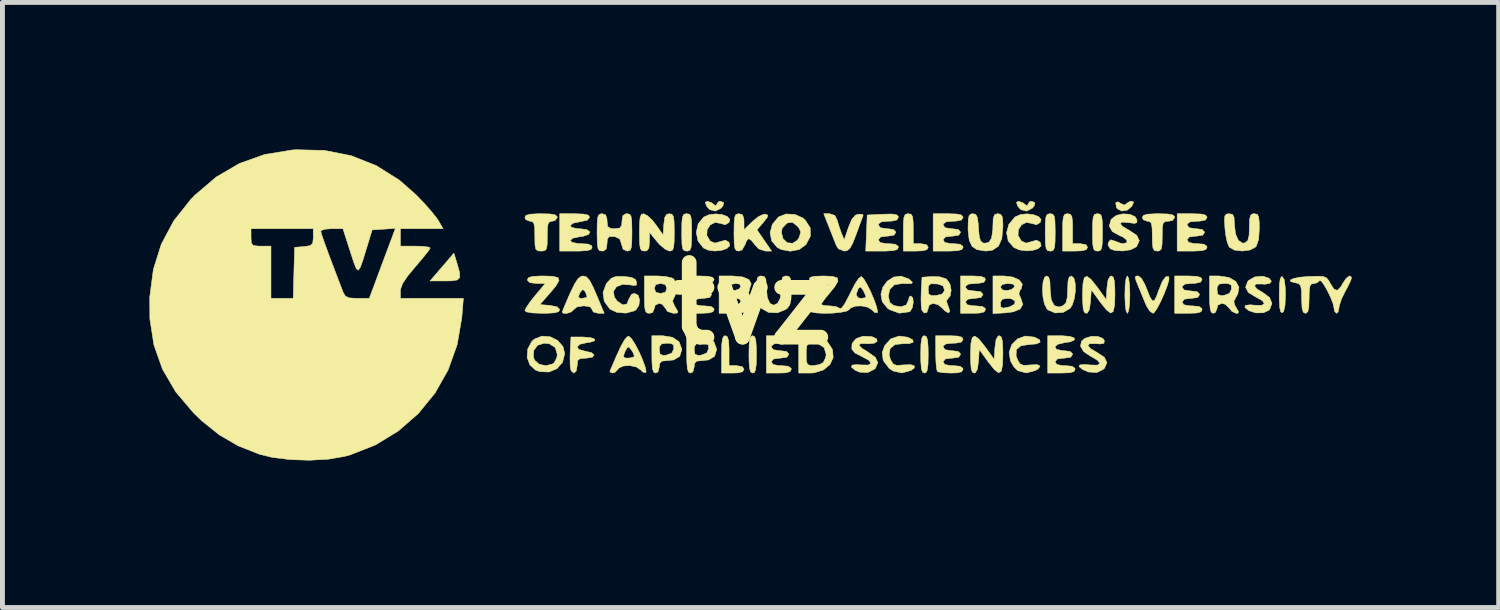
<source format=kicad_pcb>
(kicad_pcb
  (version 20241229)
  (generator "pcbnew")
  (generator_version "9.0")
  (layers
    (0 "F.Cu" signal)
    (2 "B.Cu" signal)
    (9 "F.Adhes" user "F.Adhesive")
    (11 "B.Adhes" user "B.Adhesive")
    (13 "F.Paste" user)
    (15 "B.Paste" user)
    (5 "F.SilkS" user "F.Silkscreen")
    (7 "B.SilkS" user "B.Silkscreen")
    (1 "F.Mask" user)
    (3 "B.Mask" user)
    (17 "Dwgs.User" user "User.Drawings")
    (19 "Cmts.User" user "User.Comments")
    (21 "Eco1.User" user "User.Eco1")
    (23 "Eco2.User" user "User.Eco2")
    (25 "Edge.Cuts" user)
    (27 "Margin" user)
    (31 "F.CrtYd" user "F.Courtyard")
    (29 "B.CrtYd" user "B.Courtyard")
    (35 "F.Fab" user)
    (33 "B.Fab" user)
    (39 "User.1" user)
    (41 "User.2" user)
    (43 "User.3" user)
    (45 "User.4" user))
  (footprint "tvz"
    (layer "F.Cu")
    (at 12.283 3.14)
    (property "Reference" "tvz" (at 0 0 0) (layer "F.SilkS") (effects (font (size 1.524 1.524) (thickness 0.3))))
    (attr through_hole)
    (fp_poly (pts (xy -6.011 -0.829) (xy -5.958 -0.642) (xy -5.951 -0.531) (xy -6.002 -0.477) (xy -6.124 -0.459) (xy -6.251 -0.457) (xy -6.559 -0.457) (xy -6.071 -1.024) (xy -6.011 -0.829)) (stroke (width 0.01) (type solid)) (fill yes) (layer "F.SilkS"))
    (fp_poly (pts (xy 7.797 -2.068) (xy 7.776 -2.007) (xy 7.761 -1.981) (xy 7.669 -1.902) (xy 7.558 -1.884) (xy 7.468 -1.928) (xy 7.446 -1.963) (xy 7.433 -2.055) (xy 7.481 -2.072) (xy 7.538 -2.037) (xy 7.615 -2.005) (xy 7.644 -2.03) (xy 7.719 -2.079) (xy 7.75 -2.083) (xy 7.797 -2.068)) (stroke (width 0.01) (type solid)) (fill yes) (layer "F.SilkS"))
    (fp_poly (pts (xy 10.833 -0.546) (xy 10.873 -0.481) (xy 10.893 -0.318) (xy 10.897 -0.178) (xy 10.887 0.043) (xy 10.859 0.164) (xy 10.833 0.191) (xy 10.799 0.173) (xy 10.779 0.086) (xy 10.77 -0.086) (xy 10.77 -0.178) (xy 10.774 -0.385) (xy 10.79 -0.504) (xy 10.818 -0.547) (xy 10.833 -0.546)) (stroke (width 0.01) (type solid)) (fill yes) (layer "F.SilkS"))
    (fp_poly (pts (xy -0.566 -2.056) (xy -0.582 -1.986) (xy -0.62 -1.941) (xy -0.736 -1.883) (xy -0.853 -1.912) (xy -0.914 -1.981) (xy -0.943 -2.06) (xy -0.904 -2.083) (xy -0.901 -2.083) (xy -0.807 -2.05) (xy -0.772 -2.022) (xy -0.722 -1.986) (xy -0.711 -2.022) (xy -0.67 -2.076) (xy -0.635 -2.083) (xy -0.566 -2.056)) (stroke (width 0.01) (type solid)) (fill yes) (layer "F.SilkS"))
    (fp_poly (pts (xy 5.784 -2.056) (xy 5.768 -1.986) (xy 5.73 -1.941) (xy 5.614 -1.883) (xy 5.497 -1.912) (xy 5.436 -1.981) (xy 5.407 -2.06) (xy 5.446 -2.083) (xy 5.449 -2.083) (xy 5.543 -2.05) (xy 5.578 -2.022) (xy 5.628 -1.986) (xy 5.639 -2.022) (xy 5.68 -2.076) (xy 5.715 -2.083) (xy 5.784 -2.056)) (stroke (width 0.01) (type solid)) (fill yes) (layer "F.SilkS"))
    (fp_poly (pts (xy 0.066 0.68) (xy 0.089 0.752) (xy 0.1 0.895) (xy 0.102 1.041) (xy 0.098 1.242) (xy 0.083 1.36) (xy 0.055 1.414) (xy 0.025 1.422) (xy -0.015 1.402) (xy -0.038 1.33) (xy -0.049 1.188) (xy -0.051 1.041) (xy -0.047 0.84) (xy -0.032 0.722) (xy -0.004 0.669) (xy 0.025 0.66) (xy 0.066 0.68)) (stroke (width 0.01) (type solid)) (fill yes) (layer "F.SilkS"))
    (fp_poly (pts (xy 3.571 0.68) (xy 3.594 0.752) (xy 3.605 0.895) (xy 3.607 1.041) (xy 3.603 1.242) (xy 3.588 1.36) (xy 3.56 1.414) (xy 3.531 1.422) (xy 3.49 1.402) (xy 3.467 1.33) (xy 3.456 1.188) (xy 3.454 1.041) (xy 3.458 0.84) (xy 3.473 0.722) (xy 3.501 0.669) (xy 3.531 0.66) (xy 3.571 0.68)) (stroke (width 0.01) (type solid)) (fill yes) (layer "F.SilkS"))
    (fp_poly (pts (xy 7.696 -0.512) (xy 7.714 -0.384) (xy 7.722 -0.196) (xy 7.722 -0.178) (xy 7.715 0.014) (xy 7.698 0.148) (xy 7.673 0.203) (xy 7.671 0.203) (xy 7.645 0.156) (xy 7.627 0.028) (xy 7.62 -0.16) (xy 7.62 -0.178) (xy 7.626 -0.37) (xy 7.643 -0.504) (xy 7.668 -0.558) (xy 7.671 -0.559) (xy 7.696 -0.512)) (stroke (width 0.01) (type solid)) (fill yes) (layer "F.SilkS"))
    (fp_poly (pts (xy -0.489 0.684) (xy -0.465 0.767) (xy -0.457 0.928) (xy -0.457 0.965) (xy -0.457 1.27) (xy -0.305 1.27) (xy -0.184 1.293) (xy -0.152 1.346) (xy -0.182 1.396) (xy -0.284 1.419) (xy -0.381 1.422) (xy -0.61 1.422) (xy -0.61 1.041) (xy -0.606 0.84) (xy -0.591 0.722) (xy -0.563 0.669) (xy -0.533 0.66) (xy -0.489 0.684)) (stroke (width 0.01) (type solid)) (fill yes) (layer "F.SilkS"))
    (fp_poly (pts (xy 3.257 -1.818) (xy 3.288 -1.769) (xy 3.3 -1.659) (xy 3.302 -1.524) (xy 3.302 -1.219) (xy 3.454 -1.219) (xy 3.575 -1.196) (xy 3.607 -1.143) (xy 3.58 -1.095) (xy 3.485 -1.072) (xy 3.353 -1.067) (xy 3.099 -1.067) (xy 3.099 -1.448) (xy 3.101 -1.643) (xy 3.112 -1.757) (xy 3.137 -1.812) (xy 3.182 -1.828) (xy 3.2 -1.829) (xy 3.257 -1.818)) (stroke (width 0.01) (type solid)) (fill yes) (layer "F.SilkS"))
    (fp_poly (pts (xy 6.508 -1.818) (xy 6.539 -1.769) (xy 6.551 -1.659) (xy 6.553 -1.524) (xy 6.553 -1.219) (xy 6.706 -1.219) (xy 6.827 -1.196) (xy 6.858 -1.143) (xy 6.831 -1.095) (xy 6.737 -1.072) (xy 6.604 -1.067) (xy 6.35 -1.067) (xy 6.35 -1.448) (xy 6.352 -1.643) (xy 6.363 -1.757) (xy 6.388 -1.812) (xy 6.433 -1.828) (xy 6.452 -1.829) (xy 6.508 -1.818)) (stroke (width 0.01) (type solid)) (fill yes) (layer "F.SilkS"))
    (fp_poly (pts (xy -1.269 -1.82) (xy -1.238 -1.779) (xy -1.224 -1.685) (xy -1.219 -1.516) (xy -1.219 -1.448) (xy -1.222 -1.253) (xy -1.233 -1.139) (xy -1.258 -1.084) (xy -1.303 -1.067) (xy -1.321 -1.067) (xy -1.373 -1.076) (xy -1.403 -1.117) (xy -1.418 -1.211) (xy -1.422 -1.379) (xy -1.422 -1.448) (xy -1.42 -1.643) (xy -1.409 -1.757) (xy -1.384 -1.812) (xy -1.339 -1.828) (xy -1.321 -1.829) (xy -1.269 -1.82)) (stroke (width 0.01) (type solid)) (fill yes) (layer "F.SilkS"))
    (fp_poly (pts (xy 6.148 -1.82) (xy 6.178 -1.779) (xy 6.193 -1.685) (xy 6.197 -1.516) (xy 6.198 -1.448) (xy 6.195 -1.253) (xy 6.184 -1.139) (xy 6.159 -1.084) (xy 6.114 -1.067) (xy 6.096 -1.067) (xy 6.044 -1.076) (xy 6.014 -1.117) (xy 5.999 -1.211) (xy 5.995 -1.379) (xy 5.994 -1.448) (xy 5.997 -1.643) (xy 6.008 -1.757) (xy 6.033 -1.812) (xy 6.078 -1.828) (xy 6.096 -1.829) (xy 6.148 -1.82)) (stroke (width 0.01) (type solid)) (fill yes) (layer "F.SilkS"))
    (fp_poly (pts (xy 7.113 -1.82) (xy 7.144 -1.779) (xy 7.158 -1.685) (xy 7.163 -1.516) (xy 7.163 -1.448) (xy 7.16 -1.253) (xy 7.149 -1.139) (xy 7.124 -1.084) (xy 7.079 -1.067) (xy 7.061 -1.067) (xy 7.009 -1.076) (xy 6.979 -1.117) (xy 6.964 -1.211) (xy 6.96 -1.379) (xy 6.96 -1.448) (xy 6.962 -1.643) (xy 6.973 -1.757) (xy 6.998 -1.812) (xy 7.043 -1.828) (xy 7.061 -1.829) (xy 7.113 -1.82)) (stroke (width 0.01) (type solid)) (fill yes) (layer "F.SilkS"))
    (fp_poly (pts (xy 3.191 0.691) (xy 3.292 0.745) (xy 3.301 0.792) (xy 3.224 0.821) (xy 3.101 0.822) (xy 2.929 0.84) (xy 2.829 0.923) (xy 2.81 1.057) (xy 2.841 1.156) (xy 2.892 1.237) (xy 2.966 1.266) (xy 3.1 1.256) (xy 3.101 1.256) (xy 3.248 1.25) (xy 3.325 1.275) (xy 3.32 1.323) (xy 3.256 1.369) (xy 3.069 1.42) (xy 2.89 1.38) (xy 2.808 1.323) (xy 2.689 1.166) (xy 2.668 1.002) (xy 2.716 0.867) (xy 2.84 0.726) (xy 3.012 0.667) (xy 3.191 0.691)) (stroke (width 0.01) (type solid)) (fill yes) (layer "F.SilkS"))
    (fp_poly (pts (xy 1.702 -1.794) (xy 1.747 -1.704) (xy 1.791 -1.56) (xy 1.835 -1.437) (xy 1.892 -1.295) (xy 1.979 -1.549) (xy 2.046 -1.712) (xy 2.117 -1.796) (xy 2.181 -1.82) (xy 2.263 -1.818) (xy 2.279 -1.793) (xy 2.254 -1.726) (xy 2.204 -1.592) (xy 2.141 -1.418) (xy 2.137 -1.408) (xy 2.066 -1.226) (xy 2.009 -1.122) (xy 1.951 -1.076) (xy 1.894 -1.067) (xy 1.777 -1.111) (xy 1.731 -1.181) (xy 1.687 -1.293) (xy 1.623 -1.455) (xy 1.581 -1.562) (xy 1.475 -1.829) (xy 1.595 -1.829) (xy 1.702 -1.794)) (stroke (width 0.01) (type solid)) (fill yes) (layer "F.SilkS"))
    (fp_poly (pts (xy 5.775 0.689) (xy 5.881 0.744) (xy 5.891 0.793) (xy 5.812 0.828) (xy 5.682 0.838) (xy 5.501 0.864) (xy 5.406 0.941) (xy 5.4 1.068) (xy 5.427 1.145) (xy 5.479 1.233) (xy 5.551 1.265) (xy 5.68 1.257) (xy 5.691 1.256) (xy 5.832 1.25) (xy 5.889 1.278) (xy 5.856 1.331) (xy 5.795 1.37) (xy 5.61 1.419) (xy 5.434 1.374) (xy 5.43 1.371) (xy 5.352 1.292) (xy 5.285 1.173) (xy 5.258 0.996) (xy 5.313 0.84) (xy 5.43 0.724) (xy 5.591 0.667) (xy 5.775 0.689)) (stroke (width 0.01) (type solid)) (fill yes) (layer "F.SilkS"))
    (fp_poly (pts (xy -3.285 0.698) (xy -3.202 0.727) (xy -3.2 0.763) (xy -3.287 0.793) (xy -3.365 0.803) (xy -3.503 0.835) (xy -3.556 0.887) (xy -3.523 0.94) (xy -3.4 0.974) (xy -3.395 0.975) (xy -3.262 1.006) (xy -3.211 1.054) (xy -3.246 1.098) (xy -3.369 1.118) (xy -3.374 1.118) (xy -3.495 1.126) (xy -3.546 1.167) (xy -3.556 1.266) (xy -3.556 1.27) (xy -3.576 1.382) (xy -3.622 1.423) (xy -3.675 1.381) (xy -3.687 1.353) (xy -3.699 1.267) (xy -3.702 1.117) (xy -3.698 0.985) (xy -3.683 0.686) (xy -3.442 0.686) (xy -3.285 0.698)) (stroke (width 0.01) (type solid)) (fill yes) (layer "F.SilkS"))
    (fp_poly (pts (xy -4.048 -0.552) (xy -3.945 -0.524) (xy -3.927 -0.463) (xy -3.991 -0.354) (xy -4.117 -0.203) (xy -4.318 0.025) (xy -4.115 0.041) (xy -3.965 0.07) (xy -3.912 0.126) (xy -3.912 0.13) (xy -3.935 0.17) (xy -4.017 0.193) (xy -4.176 0.202) (xy -4.267 0.203) (xy -4.473 0.195) (xy -4.594 0.173) (xy -4.623 0.147) (xy -4.592 0.081) (xy -4.513 -0.035) (xy -4.415 -0.158) (xy -4.207 -0.406) (xy -4.389 -0.406) (xy -4.523 -0.422) (xy -4.571 -0.472) (xy -4.572 -0.483) (xy -4.55 -0.525) (xy -4.471 -0.549) (xy -4.317 -0.558) (xy -4.242 -0.559) (xy -4.048 -0.552)) (stroke (width 0.01) (type solid)) (fill yes) (layer "F.SilkS"))
    (fp_poly (pts (xy -0.596 -1.811) (xy -0.491 -1.771) (xy -0.44 -1.713) (xy -0.459 -1.649) (xy -0.537 -1.604) (xy -0.615 -1.628) (xy -0.739 -1.652) (xy -0.841 -1.601) (xy -0.904 -1.503) (xy -0.91 -1.385) (xy -0.844 -1.275) (xy -0.837 -1.269) (xy -0.744 -1.23) (xy -0.637 -1.26) (xy -0.531 -1.289) (xy -0.46 -1.248) (xy -0.458 -1.245) (xy -0.442 -1.176) (xy -0.503 -1.119) (xy -0.613 -1.081) (xy -0.748 -1.068) (xy -0.881 -1.085) (xy -0.979 -1.13) (xy -1.09 -1.272) (xy -1.126 -1.447) (xy -1.087 -1.622) (xy -0.977 -1.759) (xy -0.864 -1.81) (xy -0.728 -1.825) (xy -0.596 -1.811)) (stroke (width 0.01) (type solid)) (fill yes) (layer "F.SilkS"))
    (fp_poly (pts (xy 6.58 -0.515) (xy 6.607 -0.403) (xy 6.61 -0.254) (xy 6.588 -0.097) (xy 6.545 0.037) (xy 6.502 0.102) (xy 6.361 0.184) (xy 6.198 0.196) (xy 6.055 0.136) (xy 6.028 0.11) (xy 5.978 0.011) (xy 5.948 -0.133) (xy 5.939 -0.293) (xy 5.95 -0.437) (xy 5.983 -0.534) (xy 6.02 -0.559) (xy 6.066 -0.534) (xy 6.09 -0.445) (xy 6.096 -0.282) (xy 6.117 -0.073) (xy 6.179 0.046) (xy 6.28 0.074) (xy 6.361 0.045) (xy 6.417 -0.012) (xy 6.445 -0.121) (xy 6.452 -0.281) (xy 6.459 -0.449) (xy 6.483 -0.535) (xy 6.528 -0.559) (xy 6.58 -0.515)) (stroke (width 0.01) (type solid)) (fill yes) (layer "F.SilkS"))
    (fp_poly (pts (xy 7.953 -0.515) (xy 8.02 -0.403) (xy 8.056 -0.318) (xy 8.127 -0.138) (xy 8.179 -0.053) (xy 8.223 -0.058) (xy 8.27 -0.153) (xy 8.304 -0.249) (xy 8.382 -0.445) (xy 8.453 -0.544) (xy 8.514 -0.545) (xy 8.518 -0.541) (xy 8.519 -0.478) (xy 8.483 -0.355) (xy 8.422 -0.198) (xy 8.35 -0.036) (xy 8.278 0.101) (xy 8.218 0.188) (xy 8.194 0.203) (xy 8.13 0.161) (xy 8.062 0.055) (xy 8.049 0.025) (xy 7.976 -0.15) (xy 7.902 -0.331) (xy 7.899 -0.336) (xy 7.845 -0.471) (xy 7.829 -0.536) (xy 7.851 -0.557) (xy 7.895 -0.559) (xy 7.953 -0.515)) (stroke (width 0.01) (type solid)) (fill yes) (layer "F.SilkS"))
    (fp_poly (pts (xy 8.491 -1.824) (xy 8.594 -1.806) (xy 8.634 -1.77) (xy 8.636 -1.753) (xy 8.592 -1.691) (xy 8.509 -1.676) (xy 8.439 -1.67) (xy 8.401 -1.635) (xy 8.385 -1.547) (xy 8.382 -1.382) (xy 8.382 -1.372) (xy 8.378 -1.201) (xy 8.362 -1.109) (xy 8.325 -1.072) (xy 8.28 -1.067) (xy 8.224 -1.078) (xy 8.193 -1.127) (xy 8.181 -1.237) (xy 8.179 -1.372) (xy 8.175 -1.542) (xy 8.159 -1.634) (xy 8.122 -1.671) (xy 8.077 -1.676) (xy 7.994 -1.708) (xy 7.976 -1.753) (xy 7.998 -1.795) (xy 8.076 -1.819) (xy 8.231 -1.828) (xy 8.306 -1.829) (xy 8.491 -1.824)) (stroke (width 0.01) (type solid)) (fill yes) (layer "F.SilkS"))
    (fp_poly (pts (xy -4.107 -1.824) (xy -4.004 -1.806) (xy -3.965 -1.77) (xy -3.962 -1.753) (xy -4.005 -1.691) (xy -4.064 -1.676) (xy -4.121 -1.665) (xy -4.151 -1.616) (xy -4.164 -1.507) (xy -4.166 -1.372) (xy -4.168 -1.203) (xy -4.183 -1.111) (xy -4.22 -1.074) (xy -4.288 -1.067) (xy -4.293 -1.067) (xy -4.363 -1.073) (xy -4.401 -1.109) (xy -4.417 -1.196) (xy -4.42 -1.361) (xy -4.42 -1.372) (xy -4.423 -1.542) (xy -4.44 -1.634) (xy -4.476 -1.671) (xy -4.521 -1.676) (xy -4.604 -1.708) (xy -4.623 -1.753) (xy -4.601 -1.795) (xy -4.522 -1.819) (xy -4.368 -1.828) (xy -4.293 -1.829) (xy -4.107 -1.824)) (stroke (width 0.01) (type solid)) (fill yes) (layer "F.SilkS"))
    (fp_poly (pts (xy 1.375 0.678) (xy 1.502 0.741) (xy 1.552 0.785) (xy 1.654 0.943) (xy 1.668 1.104) (xy 1.602 1.249) (xy 1.468 1.359) (xy 1.276 1.418) (xy 1.196 1.422) (xy 0.965 1.422) (xy 0.965 1.041) (xy 1.118 1.041) (xy 1.122 1.182) (xy 1.148 1.249) (xy 1.211 1.269) (xy 1.26 1.27) (xy 1.387 1.249) (xy 1.463 1.209) (xy 1.514 1.11) (xy 1.524 1.041) (xy 1.483 0.902) (xy 1.365 0.826) (xy 1.26 0.813) (xy 1.172 0.82) (xy 1.131 0.861) (xy 1.118 0.964) (xy 1.118 1.041) (xy 0.965 1.041) (xy 0.965 0.66) (xy 1.196 0.66) (xy 1.375 0.678)) (stroke (width 0.01) (type solid)) (fill yes) (layer "F.SilkS"))
    (fp_poly (pts (xy 3.208 -0.499) (xy 3.229 -0.484) (xy 3.286 -0.43) (xy 3.266 -0.404) (xy 3.16 -0.401) (xy 3.084 -0.405) (xy 2.917 -0.38) (xy 2.82 -0.281) (xy 2.794 -0.145) (xy 2.823 -0.017) (xy 2.906 0.045) (xy 3.053 0.07) (xy 3.16 0.032) (xy 3.2 -0.057) (xy 3.223 -0.136) (xy 3.251 -0.152) (xy 3.293 -0.112) (xy 3.302 -0.018) (xy 3.283 0.087) (xy 3.239 0.162) (xy 3.222 0.172) (xy 3.017 0.2) (xy 2.821 0.13) (xy 2.775 0.098) (xy 2.668 -0.036) (xy 2.642 -0.186) (xy 2.681 -0.331) (xy 2.773 -0.454) (xy 2.901 -0.536) (xy 3.051 -0.557) (xy 3.208 -0.499)) (stroke (width 0.01) (type solid)) (fill yes) (layer "F.SilkS"))
    (fp_poly (pts (xy 5.096 0.683) (xy 5.119 0.761) (xy 5.129 0.914) (xy 5.131 1.041) (xy 5.123 1.263) (xy 5.096 1.387) (xy 5.042 1.416) (xy 4.957 1.352) (xy 4.835 1.199) (xy 4.822 1.181) (xy 4.648 0.94) (xy 4.633 1.181) (xy 4.611 1.343) (xy 4.568 1.416) (xy 4.544 1.422) (xy 4.505 1.4) (xy 4.482 1.321) (xy 4.472 1.169) (xy 4.47 1.041) (xy 4.478 0.82) (xy 4.506 0.696) (xy 4.559 0.667) (xy 4.644 0.731) (xy 4.766 0.884) (xy 4.779 0.902) (xy 4.953 1.143) (xy 4.968 0.902) (xy 4.991 0.74) (xy 5.033 0.667) (xy 5.057 0.66) (xy 5.096 0.683)) (stroke (width 0.01) (type solid)) (fill yes) (layer "F.SilkS"))
    (fp_poly (pts (xy 5.756 -1.81) (xy 5.86 -1.769) (xy 5.91 -1.71) (xy 5.891 -1.649) (xy 5.813 -1.604) (xy 5.735 -1.628) (xy 5.611 -1.652) (xy 5.509 -1.601) (xy 5.446 -1.503) (xy 5.44 -1.385) (xy 5.506 -1.275) (xy 5.513 -1.269) (xy 5.606 -1.23) (xy 5.713 -1.26) (xy 5.819 -1.289) (xy 5.89 -1.248) (xy 5.892 -1.245) (xy 5.911 -1.173) (xy 5.853 -1.117) (xy 5.743 -1.082) (xy 5.606 -1.071) (xy 5.466 -1.091) (xy 5.351 -1.142) (xy 5.239 -1.275) (xy 5.206 -1.441) (xy 5.252 -1.612) (xy 5.375 -1.76) (xy 5.38 -1.764) (xy 5.491 -1.813) (xy 5.625 -1.826) (xy 5.756 -1.81)) (stroke (width 0.01) (type solid)) (fill yes) (layer "F.SilkS"))
    (fp_poly (pts (xy 7.382 -0.536) (xy 7.405 -0.458) (xy 7.415 -0.305) (xy 7.417 -0.178) (xy 7.409 0.044) (xy 7.382 0.168) (xy 7.328 0.197) (xy 7.243 0.133) (xy 7.121 -0.02) (xy 7.108 -0.038) (xy 6.934 -0.279) (xy 6.919 -0.038) (xy 6.897 0.124) (xy 6.854 0.197) (xy 6.83 0.203) (xy 6.791 0.181) (xy 6.768 0.102) (xy 6.758 -0.05) (xy 6.756 -0.178) (xy 6.764 -0.4) (xy 6.792 -0.524) (xy 6.845 -0.552) (xy 6.93 -0.489) (xy 7.052 -0.335) (xy 7.065 -0.318) (xy 7.239 -0.076) (xy 7.254 -0.318) (xy 7.277 -0.48) (xy 7.319 -0.552) (xy 7.343 -0.559) (xy 7.382 -0.536)) (stroke (width 0.01) (type solid)) (fill yes) (layer "F.SilkS"))
    (fp_poly (pts (xy -4.108 0.681) (xy -3.955 0.756) (xy -3.846 0.881) (xy -3.81 1.022) (xy -3.854 1.202) (xy -3.969 1.333) (xy -4.132 1.401) (xy -4.319 1.393) (xy -4.404 1.362) (xy -4.523 1.254) (xy -4.577 1.1) (xy -4.577 1.099) (xy -4.448 1.099) (xy -4.423 1.162) (xy -4.329 1.244) (xy -4.193 1.271) (xy -4.062 1.238) (xy -4.023 1.209) (xy -3.972 1.11) (xy -3.962 1.041) (xy -4.003 0.902) (xy -4.121 0.826) (xy -4.228 0.813) (xy -4.363 0.855) (xy -4.442 0.96) (xy -4.448 1.099) (xy -4.577 1.099) (xy -4.565 0.931) (xy -4.484 0.78) (xy -4.431 0.73) (xy -4.276 0.668) (xy -4.108 0.681)) (stroke (width 0.01) (type solid)) (fill yes) (layer "F.SilkS"))
    (fp_poly (pts (xy -3.428 -1.822) (xy -3.332 -1.801) (xy -3.302 -1.759) (xy -3.302 -1.756) (xy -3.35 -1.697) (xy -3.489 -1.667) (xy -3.636 -1.637) (xy -3.697 -1.593) (xy -3.671 -1.55) (xy -3.554 -1.525) (xy -3.509 -1.524) (xy -3.36 -1.505) (xy -3.296 -1.459) (xy -3.321 -1.407) (xy -3.437 -1.368) (xy -3.489 -1.362) (xy -3.642 -1.332) (xy -3.699 -1.287) (xy -3.662 -1.245) (xy -3.531 -1.22) (xy -3.484 -1.219) (xy -3.332 -1.21) (xy -3.262 -1.177) (xy -3.251 -1.143) (xy -3.273 -1.1) (xy -3.352 -1.077) (xy -3.506 -1.067) (xy -3.581 -1.067) (xy -3.912 -1.067) (xy -3.912 -1.829) (xy -3.607 -1.829) (xy -3.428 -1.822)) (stroke (width 0.01) (type solid)) (fill yes) (layer "F.SilkS"))
    (fp_poly (pts (xy 6.499 0.674) (xy 6.587 0.708) (xy 6.589 0.749) (xy 6.5 0.786) (xy 6.384 0.803) (xy 6.245 0.836) (xy 6.192 0.888) (xy 6.225 0.938) (xy 6.346 0.965) (xy 6.375 0.965) (xy 6.507 0.982) (xy 6.553 1.034) (xy 6.553 1.041) (xy 6.515 1.098) (xy 6.392 1.117) (xy 6.375 1.118) (xy 6.244 1.134) (xy 6.198 1.187) (xy 6.198 1.194) (xy 6.231 1.247) (xy 6.342 1.269) (xy 6.401 1.27) (xy 6.542 1.283) (xy 6.6 1.324) (xy 6.604 1.346) (xy 6.579 1.392) (xy 6.491 1.416) (xy 6.325 1.422) (xy 6.045 1.422) (xy 6.045 0.66) (xy 6.329 0.66) (xy 6.499 0.674)) (stroke (width 0.01) (type solid)) (fill yes) (layer "F.SilkS"))
    (fp_poly (pts (xy 7.073 0.676) (xy 7.174 0.719) (xy 7.202 0.765) (xy 7.191 0.816) (xy 7.116 0.829) (xy 7.038 0.823) (xy 6.905 0.822) (xy 6.864 0.857) (xy 6.914 0.92) (xy 7.048 0.999) (xy 7.202 1.101) (xy 7.253 1.209) (xy 7.204 1.322) (xy 7.187 1.34) (xy 7.048 1.412) (xy 6.874 1.4) (xy 6.768 1.354) (xy 6.686 1.293) (xy 6.699 1.256) (xy 6.801 1.246) (xy 6.912 1.257) (xy 7.056 1.261) (xy 7.109 1.228) (xy 7.07 1.168) (xy 6.939 1.088) (xy 6.921 1.08) (xy 6.778 0.983) (xy 6.714 0.874) (xy 6.735 0.772) (xy 6.807 0.712) (xy 6.938 0.672) (xy 7.073 0.676)) (stroke (width 0.01) (type solid)) (fill yes) (layer "F.SilkS"))
    (fp_poly (pts (xy -2.598 -0.549) (xy -2.445 -0.529) (xy -2.367 -0.488) (xy -2.345 -0.438) (xy -2.347 -0.373) (xy -2.407 -0.364) (xy -2.463 -0.376) (xy -2.633 -0.387) (xy -2.755 -0.338) (xy -2.815 -0.245) (xy -2.798 -0.128) (xy -2.736 -0.044) (xy -2.625 0.031) (xy -2.542 0.013) (xy -2.498 -0.093) (xy -2.446 -0.185) (xy -2.384 -0.203) (xy -2.311 -0.164) (xy -2.282 -0.07) (xy -2.297 0.041) (xy -2.358 0.133) (xy -2.384 0.151) (xy -2.561 0.199) (xy -2.75 0.183) (xy -2.89 0.114) (xy -3.003 -0.039) (xy -3.029 -0.218) (xy -2.964 -0.396) (xy -2.945 -0.422) (xy -2.861 -0.511) (xy -2.767 -0.548) (xy -2.622 -0.55) (xy -2.598 -0.549)) (stroke (width 0.01) (type solid)) (fill yes) (layer "F.SilkS"))
    (fp_poly (pts (xy -1.61 0.693) (xy -1.476 0.785) (xy -1.423 0.929) (xy -1.422 0.946) (xy -1.463 1.08) (xy -1.585 1.154) (xy -1.712 1.168) (xy -1.828 1.179) (xy -1.873 1.227) (xy -1.88 1.295) (xy -1.906 1.398) (xy -1.956 1.422) (xy -1.996 1.402) (xy -2.02 1.33) (xy -2.03 1.188) (xy -2.032 1.041) (xy -2.032 0.943) (xy -1.88 0.943) (xy -1.865 1.036) (xy -1.8 1.062) (xy -1.74 1.057) (xy -1.625 1.015) (xy -1.584 0.927) (xy -1.588 0.847) (xy -1.65 0.816) (xy -1.724 0.813) (xy -1.834 0.826) (xy -1.875 0.881) (xy -1.88 0.943) (xy -2.032 0.943) (xy -2.032 0.66) (xy -1.811 0.66) (xy -1.61 0.693)) (stroke (width 0.01) (type solid)) (fill yes) (layer "F.SilkS"))
    (fp_poly (pts (xy -0.898 0.693) (xy -0.765 0.785) (xy -0.712 0.929) (xy -0.711 0.946) (xy -0.752 1.08) (xy -0.874 1.154) (xy -1.001 1.168) (xy -1.117 1.179) (xy -1.162 1.227) (xy -1.168 1.295) (xy -1.195 1.398) (xy -1.245 1.422) (xy -1.285 1.402) (xy -1.308 1.33) (xy -1.319 1.188) (xy -1.321 1.041) (xy -1.321 0.943) (xy -1.168 0.943) (xy -1.154 1.036) (xy -1.089 1.062) (xy -1.029 1.057) (xy -0.914 1.015) (xy -0.873 0.927) (xy -0.877 0.847) (xy -0.939 0.816) (xy -1.012 0.813) (xy -1.123 0.826) (xy -1.164 0.881) (xy -1.168 0.943) (xy -1.321 0.943) (xy -1.321 0.66) (xy -1.1 0.66) (xy -0.898 0.693)) (stroke (width 0.01) (type solid)) (fill yes) (layer "F.SilkS"))
    (fp_poly (pts (xy 0.888 -1.814) (xy 1.054 -1.739) (xy 1.095 -1.704) (xy 1.199 -1.542) (xy 1.203 -1.37) (xy 1.114 -1.201) (xy 0.975 -1.099) (xy 0.794 -1.064) (xy 0.609 -1.097) (xy 0.525 -1.142) (xy 0.413 -1.275) (xy 0.38 -1.441) (xy 0.385 -1.456) (xy 0.61 -1.456) (xy 0.645 -1.318) (xy 0.73 -1.238) (xy 0.838 -1.225) (xy 0.938 -1.288) (xy 0.975 -1.348) (xy 1.007 -1.455) (xy 0.968 -1.54) (xy 0.93 -1.582) (xy 0.838 -1.652) (xy 0.753 -1.646) (xy 0.717 -1.629) (xy 0.63 -1.536) (xy 0.61 -1.456) (xy 0.385 -1.456) (xy 0.426 -1.612) (xy 0.549 -1.76) (xy 0.554 -1.764) (xy 0.708 -1.824) (xy 0.888 -1.814)) (stroke (width 0.01) (type solid)) (fill yes) (layer "F.SilkS"))
    (fp_poly (pts (xy 10.56 -0.513) (xy 10.61 -0.453) (xy 10.576 -0.407) (xy 10.476 -0.39) (xy 10.416 -0.395) (xy 10.298 -0.395) (xy 10.265 -0.356) (xy 10.317 -0.291) (xy 10.439 -0.218) (xy 10.573 -0.119) (xy 10.621 0.000415) (xy 10.575 0.121) (xy 10.556 0.142) (xy 10.446 0.192) (xy 10.295 0.195) (xy 10.152 0.151) (xy 10.147 0.148) (xy 10.067 0.083) (xy 10.08 0.041) (xy 10.18 0.029) (xy 10.262 0.037) (xy 10.409 0.04) (xy 10.464 0.006) (xy 10.427 -0.054) (xy 10.294 -0.128) (xy 10.293 -0.128) (xy 10.14 -0.221) (xy 10.083 -0.328) (xy 10.125 -0.445) (xy 10.141 -0.465) (xy 10.269 -0.539) (xy 10.43 -0.555) (xy 10.56 -0.513)) (stroke (width 0.01) (type solid)) (fill yes) (layer "F.SilkS"))
    (fp_poly (pts (xy -0.181 -1.807) (xy -0.154 -1.722) (xy -0.152 -1.666) (xy -0.152 -1.504) (xy 0.02 -1.671) (xy 0.143 -1.77) (xy 0.251 -1.819) (xy 0.283 -1.821) (xy 0.333 -1.801) (xy 0.324 -1.756) (xy 0.251 -1.662) (xy 0.243 -1.652) (xy 0.113 -1.501) (xy 0.411 -1.067) (xy 0.283 -1.067) (xy 0.145 -1.114) (xy 0.072 -1.194) (xy -0.001 -1.284) (xy -0.056 -1.321) (xy -0.099 -1.278) (xy -0.132 -1.194) (xy -0.192 -1.09) (xy -0.26 -1.067) (xy -0.309 -1.077) (xy -0.338 -1.123) (xy -0.352 -1.224) (xy -0.356 -1.401) (xy -0.356 -1.448) (xy -0.353 -1.643) (xy -0.342 -1.757) (xy -0.317 -1.812) (xy -0.272 -1.828) (xy -0.254 -1.829) (xy -0.181 -1.807)) (stroke (width 0.01) (type solid)) (fill yes) (layer "F.SilkS"))
    (fp_poly (pts (xy 0.719 0.669) (xy 0.797 0.697) (xy 0.813 0.737) (xy 0.779 0.79) (xy 0.668 0.811) (xy 0.61 0.813) (xy 0.468 0.825) (xy 0.41 0.867) (xy 0.406 0.889) (xy 0.445 0.945) (xy 0.568 0.965) (xy 0.584 0.965) (xy 0.716 0.982) (xy 0.762 1.034) (xy 0.762 1.041) (xy 0.723 1.098) (xy 0.6 1.117) (xy 0.584 1.118) (xy 0.453 1.134) (xy 0.407 1.187) (xy 0.406 1.194) (xy 0.44 1.247) (xy 0.551 1.269) (xy 0.61 1.27) (xy 0.751 1.283) (xy 0.809 1.324) (xy 0.813 1.346) (xy 0.786 1.394) (xy 0.691 1.418) (xy 0.559 1.422) (xy 0.305 1.422) (xy 0.305 0.66) (xy 0.559 0.66) (xy 0.719 0.669)) (stroke (width 0.01) (type solid)) (fill yes) (layer "F.SilkS"))
    (fp_poly (pts (xy 0.768 -0.548) (xy 0.799 -0.498) (xy 0.811 -0.388) (xy 0.813 -0.257) (xy 0.807 -0.078) (xy 0.782 0.031) (xy 0.73 0.101) (xy 0.7 0.124) (xy 0.527 0.194) (xy 0.347 0.184) (xy 0.203 0.102) (xy 0.137 0.004) (xy 0.107 -0.139) (xy 0.102 -0.279) (xy 0.106 -0.441) (xy 0.125 -0.525) (xy 0.168 -0.556) (xy 0.203 -0.559) (xy 0.265 -0.545) (xy 0.295 -0.487) (xy 0.304 -0.36) (xy 0.305 -0.311) (xy 0.324 -0.119) (xy 0.377 0.000084) (xy 0.456 0.037) (xy 0.533 0) (xy 0.588 -0.104) (xy 0.609 -0.288) (xy 0.61 -0.311) (xy 0.615 -0.461) (xy 0.639 -0.535) (xy 0.691 -0.558) (xy 0.711 -0.559) (xy 0.768 -0.548)) (stroke (width 0.01) (type solid)) (fill yes) (layer "F.SilkS"))
    (fp_poly (pts (xy 2.45 0.678) (xy 2.462 0.681) (xy 2.556 0.725) (xy 2.565 0.776) (xy 2.501 0.815) (xy 2.378 0.824) (xy 2.361 0.822) (xy 2.23 0.82) (xy 2.193 0.852) (xy 2.25 0.914) (xy 2.374 0.991) (xy 2.527 1.1) (xy 2.579 1.209) (xy 2.531 1.322) (xy 2.514 1.34) (xy 2.376 1.411) (xy 2.21 1.405) (xy 2.121 1.368) (xy 2.04 1.302) (xy 2.053 1.26) (xy 2.154 1.249) (xy 2.235 1.256) (xy 2.382 1.259) (xy 2.438 1.225) (xy 2.401 1.165) (xy 2.268 1.092) (xy 2.264 1.09) (xy 2.114 1.014) (xy 2.048 0.934) (xy 2.052 0.832) (xy 2.058 0.812) (xy 2.136 0.718) (xy 2.277 0.67) (xy 2.45 0.678)) (stroke (width 0.01) (type solid)) (fill yes) (layer "F.SilkS"))
    (fp_poly (pts (xy 4.681 -0.551) (xy 4.759 -0.522) (xy 4.775 -0.483) (xy 4.742 -0.43) (xy 4.63 -0.408) (xy 4.572 -0.406) (xy 4.431 -0.394) (xy 4.372 -0.352) (xy 4.369 -0.33) (xy 4.407 -0.274) (xy 4.53 -0.254) (xy 4.547 -0.254) (xy 4.678 -0.237) (xy 4.724 -0.185) (xy 4.724 -0.178) (xy 4.686 -0.121) (xy 4.563 -0.102) (xy 4.547 -0.102) (xy 4.415 -0.085) (xy 4.369 -0.032) (xy 4.369 -0.025) (xy 4.402 0.028) (xy 4.514 0.049) (xy 4.572 0.051) (xy 4.713 0.063) (xy 4.772 0.105) (xy 4.775 0.127) (xy 4.748 0.175) (xy 4.654 0.198) (xy 4.521 0.203) (xy 4.267 0.203) (xy 4.267 -0.559) (xy 4.521 -0.559) (xy 4.681 -0.551)) (stroke (width 0.01) (type solid)) (fill yes) (layer "F.SilkS"))
    (fp_poly (pts (xy 5.089 -1.816) (xy 5.119 -1.762) (xy 5.13 -1.642) (xy 5.131 -1.561) (xy 5.109 -1.322) (xy 5.04 -1.166) (xy 4.917 -1.085) (xy 4.78 -1.067) (xy 4.6 -1.097) (xy 4.504 -1.16) (xy 4.444 -1.285) (xy 4.42 -1.493) (xy 4.42 -1.541) (xy 4.424 -1.705) (xy 4.442 -1.792) (xy 4.483 -1.825) (xy 4.519 -1.829) (xy 4.576 -1.815) (xy 4.609 -1.757) (xy 4.627 -1.633) (xy 4.633 -1.537) (xy 4.648 -1.366) (xy 4.676 -1.272) (xy 4.725 -1.232) (xy 4.744 -1.227) (xy 4.84 -1.24) (xy 4.899 -1.329) (xy 4.925 -1.503) (xy 4.927 -1.587) (xy 4.933 -1.735) (xy 4.959 -1.807) (xy 5.014 -1.828) (xy 5.029 -1.829) (xy 5.089 -1.816)) (stroke (width 0.01) (type solid)) (fill yes) (layer "F.SilkS"))
    (fp_poly (pts (xy 9.084 -0.552) (xy 9.171 -0.528) (xy 9.195 -0.483) (xy 9.161 -0.43) (xy 9.05 -0.408) (xy 8.992 -0.406) (xy 8.85 -0.394) (xy 8.792 -0.352) (xy 8.788 -0.33) (xy 8.827 -0.274) (xy 8.95 -0.254) (xy 8.966 -0.254) (xy 9.098 -0.237) (xy 9.144 -0.185) (xy 9.144 -0.178) (xy 9.105 -0.121) (xy 8.982 -0.102) (xy 8.966 -0.102) (xy 8.835 -0.085) (xy 8.789 -0.032) (xy 8.788 -0.025) (xy 8.822 0.028) (xy 8.933 0.049) (xy 8.992 0.051) (xy 9.133 0.063) (xy 9.191 0.105) (xy 9.195 0.127) (xy 9.17 0.173) (xy 9.082 0.197) (xy 8.915 0.203) (xy 8.636 0.203) (xy 8.636 -0.559) (xy 8.915 -0.559) (xy 9.084 -0.552)) (stroke (width 0.01) (type solid)) (fill yes) (layer "F.SilkS"))
    (fp_poly (pts (xy 10.319 -1.818) (xy 10.349 -1.768) (xy 10.361 -1.657) (xy 10.363 -1.528) (xy 10.349 -1.306) (xy 10.303 -1.171) (xy 10.283 -1.147) (xy 10.169 -1.088) (xy 10.013 -1.068) (xy 9.858 -1.087) (xy 9.752 -1.145) (xy 9.75 -1.147) (xy 9.71 -1.24) (xy 9.677 -1.395) (xy 9.662 -1.528) (xy 9.652 -1.696) (xy 9.66 -1.786) (xy 9.692 -1.822) (xy 9.747 -1.829) (xy 9.816 -1.815) (xy 9.847 -1.755) (xy 9.855 -1.623) (xy 9.855 -1.61) (xy 9.877 -1.419) (xy 9.935 -1.286) (xy 10.02 -1.228) (xy 10.076 -1.235) (xy 10.128 -1.282) (xy 10.154 -1.388) (xy 10.16 -1.548) (xy 10.164 -1.71) (xy 10.183 -1.794) (xy 10.225 -1.826) (xy 10.262 -1.829) (xy 10.319 -1.818)) (stroke (width 0.01) (type solid)) (fill yes) (layer "F.SilkS"))
    (fp_poly (pts (xy -0.89 -0.553) (xy -0.795 -0.532) (xy -0.763 -0.492) (xy -0.762 -0.483) (xy -0.796 -0.43) (xy -0.907 -0.408) (xy -0.965 -0.406) (xy -1.106 -0.394) (xy -1.165 -0.352) (xy -1.168 -0.33) (xy -1.13 -0.274) (xy -1.007 -0.254) (xy -0.991 -0.254) (xy -0.859 -0.237) (xy -0.813 -0.185) (xy -0.813 -0.178) (xy -0.851 -0.121) (xy -0.974 -0.102) (xy -0.991 -0.102) (xy -1.122 -0.085) (xy -1.168 -0.032) (xy -1.168 -0.025) (xy -1.135 0.028) (xy -1.024 0.049) (xy -0.965 0.051) (xy -0.824 0.063) (xy -0.766 0.105) (xy -0.762 0.127) (xy -0.785 0.171) (xy -0.868 0.195) (xy -1.03 0.203) (xy -1.067 0.203) (xy -1.372 0.203) (xy -1.372 -0.559) (xy -1.067 -0.559) (xy -0.89 -0.553)) (stroke (width 0.01) (type solid)) (fill yes) (layer "F.SilkS"))
    (fp_poly (pts (xy 2.955 -1.81) (xy 2.994 -1.778) (xy 2.997 -1.755) (xy 2.966 -1.701) (xy 2.862 -1.678) (xy 2.794 -1.676) (xy 2.653 -1.664) (xy 2.594 -1.622) (xy 2.591 -1.6) (xy 2.629 -1.544) (xy 2.752 -1.524) (xy 2.769 -1.524) (xy 2.9 -1.507) (xy 2.946 -1.455) (xy 2.946 -1.448) (xy 2.908 -1.391) (xy 2.785 -1.372) (xy 2.769 -1.372) (xy 2.637 -1.355) (xy 2.591 -1.302) (xy 2.591 -1.295) (xy 2.624 -1.242) (xy 2.736 -1.221) (xy 2.794 -1.219) (xy 2.935 -1.207) (xy 2.994 -1.165) (xy 2.997 -1.143) (xy 2.975 -1.1) (xy 2.897 -1.077) (xy 2.743 -1.067) (xy 2.665 -1.067) (xy 2.332 -1.067) (xy 2.362 -1.803) (xy 2.68 -1.819) (xy 2.858 -1.823) (xy 2.955 -1.81)) (stroke (width 0.01) (type solid)) (fill yes) (layer "F.SilkS"))
    (fp_poly (pts (xy 4.19 -1.823) (xy 4.285 -1.802) (xy 4.317 -1.762) (xy 4.318 -1.753) (xy 4.284 -1.7) (xy 4.173 -1.678) (xy 4.115 -1.676) (xy 3.974 -1.664) (xy 3.915 -1.622) (xy 3.912 -1.6) (xy 3.95 -1.544) (xy 4.073 -1.524) (xy 4.089 -1.524) (xy 4.221 -1.507) (xy 4.267 -1.455) (xy 4.267 -1.448) (xy 4.229 -1.391) (xy 4.106 -1.372) (xy 4.089 -1.372) (xy 3.958 -1.355) (xy 3.912 -1.302) (xy 3.912 -1.295) (xy 3.945 -1.242) (xy 4.056 -1.221) (xy 4.115 -1.219) (xy 4.256 -1.207) (xy 4.314 -1.165) (xy 4.318 -1.143) (xy 4.295 -1.099) (xy 4.212 -1.075) (xy 4.05 -1.067) (xy 4.013 -1.067) (xy 3.708 -1.067) (xy 3.708 -1.829) (xy 4.013 -1.829) (xy 4.19 -1.823)) (stroke (width 0.01) (type solid)) (fill yes) (layer "F.SilkS"))
    (fp_poly (pts (xy 9.169 -1.823) (xy 9.264 -1.802) (xy 9.296 -1.762) (xy 9.296 -1.753) (xy 9.263 -1.7) (xy 9.152 -1.678) (xy 9.093 -1.676) (xy 8.952 -1.664) (xy 8.894 -1.622) (xy 8.89 -1.6) (xy 8.929 -1.544) (xy 9.052 -1.524) (xy 9.068 -1.524) (xy 9.199 -1.507) (xy 9.245 -1.455) (xy 9.246 -1.448) (xy 9.207 -1.391) (xy 9.084 -1.372) (xy 9.068 -1.372) (xy 8.936 -1.355) (xy 8.89 -1.302) (xy 8.89 -1.295) (xy 8.924 -1.242) (xy 9.035 -1.221) (xy 9.093 -1.219) (xy 9.234 -1.207) (xy 9.293 -1.165) (xy 9.296 -1.143) (xy 9.273 -1.099) (xy 9.19 -1.075) (xy 9.028 -1.067) (xy 8.992 -1.067) (xy 8.687 -1.067) (xy 8.687 -1.829) (xy 8.992 -1.829) (xy 9.169 -1.823)) (stroke (width 0.01) (type solid)) (fill yes) (layer "F.SilkS"))
    (fp_poly (pts (xy -2.446 0.721) (xy -2.373 0.835) (xy -2.294 0.987) (xy -2.222 1.148) (xy -2.17 1.291) (xy -2.15 1.388) (xy -2.156 1.411) (xy -2.21 1.406) (xy -2.258 1.359) (xy -2.349 1.298) (xy -2.481 1.27) (xy -2.614 1.278) (xy -2.708 1.321) (xy -2.725 1.346) (xy -2.791 1.414) (xy -2.829 1.422) (xy -2.886 1.401) (xy -2.887 1.382) (xy -2.761 1.086) (xy -2.758 1.08) (xy -2.614 1.08) (xy -2.585 1.113) (xy -2.514 1.118) (xy -2.419 1.103) (xy -2.388 1.077) (xy -2.415 1.006) (xy -2.454 0.945) (xy -2.504 0.889) (xy -2.542 0.912) (xy -2.58 0.986) (xy -2.614 1.08) (xy -2.758 1.08) (xy -2.664 0.877) (xy -2.59 0.745) (xy -2.534 0.681) (xy -2.5 0.671) (xy -2.446 0.721)) (stroke (width 0.01) (type solid)) (fill yes) (layer "F.SilkS"))
    (fp_poly (pts (xy -1.623 -1.819) (xy -1.593 -1.776) (xy -1.579 -1.678) (xy -1.575 -1.505) (xy -1.575 -1.448) (xy -1.577 -1.252) (xy -1.589 -1.138) (xy -1.614 -1.083) (xy -1.659 -1.067) (xy -1.671 -1.067) (xy -1.759 -1.104) (xy -1.871 -1.198) (xy -1.924 -1.257) (xy -2.079 -1.448) (xy -2.081 -1.257) (xy -2.092 -1.129) (xy -2.132 -1.075) (xy -2.184 -1.067) (xy -2.236 -1.076) (xy -2.267 -1.117) (xy -2.281 -1.211) (xy -2.286 -1.379) (xy -2.286 -1.448) (xy -2.283 -1.644) (xy -2.271 -1.759) (xy -2.245 -1.814) (xy -2.2 -1.828) (xy -2.197 -1.828) (xy -2.119 -1.788) (xy -2.016 -1.688) (xy -1.956 -1.612) (xy -1.803 -1.397) (xy -1.788 -1.613) (xy -1.769 -1.753) (xy -1.729 -1.816) (xy -1.673 -1.829) (xy -1.623 -1.819)) (stroke (width 0.01) (type solid)) (fill yes) (layer "F.SilkS"))
    (fp_poly (pts (xy 7.72 -1.818) (xy 7.827 -1.77) (xy 7.866 -1.708) (xy 7.865 -1.647) (xy 7.815 -1.631) (xy 7.701 -1.647) (xy 7.568 -1.658) (xy 7.524 -1.631) (xy 7.569 -1.573) (xy 7.703 -1.493) (xy 7.709 -1.49) (xy 7.862 -1.388) (xy 7.914 -1.28) (xy 7.864 -1.167) (xy 7.848 -1.149) (xy 7.736 -1.093) (xy 7.576 -1.069) (xy 7.415 -1.079) (xy 7.32 -1.113) (xy 7.275 -1.193) (xy 7.282 -1.242) (xy 7.327 -1.297) (xy 7.411 -1.273) (xy 7.413 -1.272) (xy 7.529 -1.228) (xy 7.591 -1.219) (xy 7.664 -1.241) (xy 7.658 -1.292) (xy 7.582 -1.352) (xy 7.517 -1.38) (xy 7.363 -1.465) (xy 7.302 -1.576) (xy 7.337 -1.706) (xy 7.348 -1.722) (xy 7.445 -1.795) (xy 7.581 -1.826) (xy 7.72 -1.818)) (stroke (width 0.01) (type solid)) (fill yes) (layer "F.SilkS"))
    (fp_poly (pts (xy -3.368 -0.541) (xy -3.307 -0.476) (xy -3.237 -0.346) (xy -3.163 -0.178) (xy -3.004 0.203) (xy -3.127 0.203) (xy -3.227 0.176) (xy -3.251 0.127) (xy -3.291 0.07) (xy -3.417 0.051) (xy -3.424 0.051) (xy -3.562 0.073) (xy -3.625 0.127) (xy -3.678 0.175) (xy -3.765 0.204) (xy -3.84 0.203) (xy -3.861 0.178) (xy -3.841 0.123) (xy -3.79 0.000094) (xy -3.734 -0.129) (xy -3.533 -0.129) (xy -3.495 -0.103) (xy -3.456 -0.102) (xy -3.373 -0.117) (xy -3.354 -0.14) (xy -3.379 -0.212) (xy -3.399 -0.248) (xy -3.442 -0.284) (xy -3.489 -0.233) (xy -3.502 -0.21) (xy -3.533 -0.129) (xy -3.734 -0.129) (xy -3.718 -0.167) (xy -3.702 -0.203) (xy -3.611 -0.392) (xy -3.539 -0.503) (xy -3.474 -0.552) (xy -3.432 -0.559) (xy -3.368 -0.541)) (stroke (width 0.01) (type solid)) (fill yes) (layer "F.SilkS"))
    (fp_poly (pts (xy -0.178 -0.539) (xy -0.048 -0.483) (xy -0.005 -0.396) (xy -0.034 -0.313) (xy -0.058 -0.21) (xy -0.019 -0.124) (xy 0.022 -0.031) (xy -0.006 0.057) (xy -0.029 0.091) (xy -0.096 0.159) (xy -0.195 0.193) (xy -0.357 0.203) (xy -0.384 0.203) (xy -0.66 0.203) (xy -0.66 -0.022) (xy -0.457 -0.022) (xy -0.42 0.032) (xy -0.336 0.041) (xy -0.252 0.01) (xy -0.216 -0.038) (xy -0.241 -0.088) (xy -0.326 -0.102) (xy -0.432 -0.075) (xy -0.457 -0.022) (xy -0.66 -0.022) (xy -0.66 -0.327) (xy -0.457 -0.327) (xy -0.42 -0.273) (xy -0.336 -0.263) (xy -0.252 -0.295) (xy -0.216 -0.343) (xy -0.241 -0.393) (xy -0.326 -0.406) (xy -0.432 -0.38) (xy -0.457 -0.327) (xy -0.66 -0.327) (xy -0.66 -0.559) (xy -0.387 -0.559) (xy -0.178 -0.539)) (stroke (width 0.01) (type solid)) (fill yes) (layer "F.SilkS"))
    (fp_poly (pts (xy 4.207 0.667) (xy 4.294 0.691) (xy 4.318 0.737) (xy 4.284 0.79) (xy 4.173 0.811) (xy 4.115 0.813) (xy 3.974 0.825) (xy 3.915 0.867) (xy 3.912 0.889) (xy 3.95 0.945) (xy 4.073 0.965) (xy 4.089 0.965) (xy 4.221 0.982) (xy 4.267 1.034) (xy 4.267 1.041) (xy 4.229 1.098) (xy 4.106 1.117) (xy 4.089 1.118) (xy 3.958 1.134) (xy 3.912 1.187) (xy 3.912 1.194) (xy 3.945 1.247) (xy 4.056 1.269) (xy 4.115 1.27) (xy 4.256 1.283) (xy 4.314 1.324) (xy 4.318 1.346) (xy 4.29 1.395) (xy 4.193 1.418) (xy 4.072 1.422) (xy 3.922 1.416) (xy 3.817 1.399) (xy 3.793 1.389) (xy 3.776 1.324) (xy 3.764 1.188) (xy 3.759 1.008) (xy 3.759 0.66) (xy 4.039 0.66) (xy 4.207 0.667)) (stroke (width 0.01) (type solid)) (fill yes) (layer "F.SilkS"))
    (fp_poly (pts (xy -1.751 -0.548) (xy -1.626 -0.52) (xy -1.585 -0.498) (xy -1.535 -0.389) (xy -1.529 -0.248) (xy -1.57 -0.129) (xy -1.582 -0.114) (xy -1.61 -0.046) (xy -1.567 0.056) (xy -1.556 0.074) (xy -1.502 0.164) (xy -1.513 0.198) (xy -1.596 0.203) (xy -1.713 0.165) (xy -1.753 0.102) (xy -1.82 0.019) (xy -1.883 0) (xy -1.965 0.038) (xy -1.981 0.102) (xy -2.017 0.187) (xy -2.083 0.203) (xy -2.135 0.194) (xy -2.165 0.153) (xy -2.18 0.059) (xy -2.184 -0.109) (xy -2.184 -0.178) (xy -2.184 -0.305) (xy -1.981 -0.305) (xy -1.951 -0.225) (xy -1.854 -0.203) (xy -1.755 -0.227) (xy -1.727 -0.305) (xy -1.757 -0.384) (xy -1.854 -0.406) (xy -1.954 -0.383) (xy -1.981 -0.305) (xy -2.184 -0.305) (xy -2.184 -0.559) (xy -1.915 -0.559) (xy -1.751 -0.548)) (stroke (width 0.01) (type solid)) (fill yes) (layer "F.SilkS"))
    (fp_poly (pts (xy 9.743 -0.529) (xy 9.882 -0.449) (xy 9.947 -0.331) (xy 9.924 -0.19) (xy 9.886 -0.126) (xy 9.843 -0.04) (xy 9.866 0.045) (xy 9.892 0.087) (xy 9.94 0.171) (xy 9.927 0.2) (xy 9.888 0.203) (xy 9.803 0.163) (xy 9.754 0.102) (xy 9.67 0.02) (xy 9.599 0) (xy 9.516 0.037) (xy 9.5 0.102) (xy 9.468 0.184) (xy 9.423 0.203) (xy 9.383 0.183) (xy 9.36 0.111) (xy 9.349 -0.032) (xy 9.347 -0.178) (xy 9.347 -0.276) (xy 9.5 -0.276) (xy 9.514 -0.183) (xy 9.579 -0.158) (xy 9.639 -0.162) (xy 9.754 -0.204) (xy 9.795 -0.292) (xy 9.791 -0.373) (xy 9.729 -0.403) (xy 9.656 -0.406) (xy 9.545 -0.394) (xy 9.504 -0.338) (xy 9.5 -0.276) (xy 9.347 -0.276) (xy 9.347 -0.559) (xy 9.539 -0.559) (xy 9.743 -0.529)) (stroke (width 0.01) (type solid)) (fill yes) (layer "F.SilkS"))
    (fp_poly (pts (xy 5.336 -0.536) (xy 5.465 -0.476) (xy 5.527 -0.393) (xy 5.505 -0.297) (xy 5.482 -0.27) (xy 5.457 -0.194) (xy 5.495 -0.107) (xy 5.537 0.021) (xy 5.484 0.115) (xy 5.339 0.174) (xy 5.189 0.193) (xy 4.928 0.209) (xy 4.928 0) (xy 5.08 0) (xy 5.09 0.075) (xy 5.138 0.097) (xy 5.251 0.075) (xy 5.271 0.07) (xy 5.369 0.017) (xy 5.379 -0.047) (xy 5.306 -0.093) (xy 5.232 -0.102) (xy 5.121 -0.086) (xy 5.082 -0.026) (xy 5.08 0) (xy 4.928 0) (xy 4.928 -0.327) (xy 5.08 -0.327) (xy 5.12 -0.275) (xy 5.21 -0.261) (xy 5.307 -0.283) (xy 5.37 -0.337) (xy 5.372 -0.343) (xy 5.346 -0.391) (xy 5.237 -0.406) (xy 5.116 -0.386) (xy 5.08 -0.327) (xy 4.928 -0.327) (xy 4.928 -0.559) (xy 5.153 -0.559) (xy 5.336 -0.536)) (stroke (width 0.01) (type solid)) (fill yes) (layer "F.SilkS"))
    (fp_poly (pts (xy 3.845 -0.541) (xy 3.97 -0.501) (xy 3.981 -0.494) (xy 4.05 -0.397) (xy 4.075 -0.268) (xy 4.055 -0.151) (xy 4.014 -0.102) (xy 3.978 -0.05) (xy 4.008 0.042) (xy 4.012 0.049) (xy 4.049 0.158) (xy 4.02 0.196) (xy 3.946 0.152) (xy 3.912 0.114) (xy 3.808 0.027) (xy 3.703 0.000423) (xy 3.627 0.035) (xy 3.607 0.102) (xy 3.579 0.187) (xy 3.521 0.195) (xy 3.475 0.134) (xy 3.464 0.048) (xy 3.46 -0.102) (xy 3.464 -0.234) (xy 3.467 -0.279) (xy 3.607 -0.279) (xy 3.618 -0.189) (xy 3.673 -0.158) (xy 3.772 -0.162) (xy 3.891 -0.19) (xy 3.935 -0.253) (xy 3.937 -0.279) (xy 3.91 -0.356) (xy 3.815 -0.392) (xy 3.772 -0.397) (xy 3.658 -0.399) (xy 3.614 -0.358) (xy 3.607 -0.279) (xy 3.467 -0.279) (xy 3.48 -0.533) (xy 3.683 -0.548) (xy 3.845 -0.541)) (stroke (width 0.01) (type solid)) (fill yes) (layer "F.SilkS"))
    (fp_poly (pts (xy -2.488 -1.82) (xy -2.458 -1.779) (xy -2.443 -1.685) (xy -2.439 -1.516) (xy -2.438 -1.448) (xy -2.441 -1.253) (xy -2.452 -1.138) (xy -2.477 -1.083) (xy -2.522 -1.067) (xy -2.537 -1.067) (xy -2.618 -1.103) (xy -2.651 -1.206) (xy -2.687 -1.315) (xy -2.783 -1.359) (xy -2.807 -1.362) (xy -2.904 -1.362) (xy -2.941 -1.31) (xy -2.946 -1.223) (xy -2.962 -1.11) (xy -3.019 -1.069) (xy -3.048 -1.067) (xy -3.1 -1.076) (xy -3.13 -1.117) (xy -3.145 -1.211) (xy -3.149 -1.379) (xy -3.15 -1.448) (xy -3.147 -1.643) (xy -3.136 -1.757) (xy -3.111 -1.812) (xy -3.066 -1.828) (xy -3.048 -1.829) (xy -2.974 -1.805) (xy -2.947 -1.716) (xy -2.946 -1.676) (xy -2.934 -1.568) (xy -2.874 -1.529) (xy -2.794 -1.524) (xy -2.686 -1.537) (xy -2.646 -1.596) (xy -2.642 -1.676) (xy -2.626 -1.788) (xy -2.566 -1.827) (xy -2.54 -1.829) (xy -2.488 -1.82)) (stroke (width 0.01) (type solid)) (fill yes) (layer "F.SilkS"))
    (fp_poly (pts (xy 12.239 -0.54) (xy 12.243 -0.513) (xy 12.219 -0.446) (xy 12.16 -0.325) (xy 12.116 -0.246) (xy 12.041 -0.093) (xy 11.996 0.043) (xy 11.989 0.089) (xy 11.97 0.178) (xy 11.938 0.203) (xy 11.897 0.16) (xy 11.887 0.096) (xy 11.868 0.006) (xy 11.819 -0.119) (xy 11.754 -0.254) (xy 11.686 -0.373) (xy 11.629 -0.453) (xy 11.595 -0.467) (xy 11.593 -0.462) (xy 11.533 -0.416) (xy 11.477 -0.406) (xy 11.422 -0.394) (xy 11.393 -0.342) (xy 11.381 -0.226) (xy 11.379 -0.102) (xy 11.373 0.075) (xy 11.353 0.17) (xy 11.312 0.203) (xy 11.303 0.203) (xy 11.259 0.18) (xy 11.235 0.096) (xy 11.227 -0.067) (xy 11.227 -0.098) (xy 11.223 -0.267) (xy 11.206 -0.36) (xy 11.167 -0.402) (xy 11.113 -0.416) (xy 11.008 -0.442) (xy 10.994 -0.475) (xy 11.059 -0.507) (xy 11.191 -0.534) (xy 11.364 -0.548) (xy 11.554 -0.554) (xy 11.669 -0.547) (xy 11.736 -0.519) (xy 11.782 -0.461) (xy 11.81 -0.409) (xy 11.888 -0.288) (xy 11.957 -0.266) (xy 12.03 -0.343) (xy 12.065 -0.406) (xy 12.136 -0.511) (xy 12.201 -0.56) (xy 12.239 -0.54)) (stroke (width 0.01) (type solid)) (fill yes) (layer "F.SilkS"))
    (fp_poly (pts (xy 1.658 -0.551) (xy 1.755 -0.518) (xy 1.765 -0.449) (xy 1.694 -0.331) (xy 1.6 -0.217) (xy 1.501 -0.096) (xy 1.437 -0.007) (xy 1.422 0.021) (xy 1.467 0.041) (xy 1.577 0.051) (xy 1.597 0.051) (xy 1.725 0.066) (xy 1.804 0.103) (xy 1.807 0.108) (xy 1.843 0.093) (xy 1.908 0.001) (xy 1.989 -0.152) (xy 2.004 -0.183) (xy 2.136 -0.183) (xy 2.173 -0.115) (xy 2.235 -0.102) (xy 2.318 -0.114) (xy 2.337 -0.13) (xy 2.315 -0.193) (xy 2.281 -0.264) (xy 2.231 -0.333) (xy 2.189 -0.312) (xy 2.18 -0.299) (xy 2.136 -0.183) (xy 2.004 -0.183) (xy 2.013 -0.201) (xy 2.106 -0.385) (xy 2.186 -0.506) (xy 2.241 -0.548) (xy 2.245 -0.547) (xy 2.296 -0.493) (xy 2.365 -0.375) (xy 2.44 -0.222) (xy 2.508 -0.06) (xy 2.557 0.081) (xy 2.574 0.173) (xy 2.569 0.191) (xy 2.515 0.186) (xy 2.467 0.14) (xy 2.378 0.08) (xy 2.247 0.052) (xy 2.114 0.057) (xy 2.02 0.096) (xy 2.002 0.121) (xy 1.943 0.158) (xy 1.817 0.184) (xy 1.652 0.2) (xy 1.476 0.204) (xy 1.319 0.195) (xy 1.207 0.173) (xy 1.171 0.141) (xy 1.203 0.07) (xy 1.286 -0.046) (xy 1.374 -0.152) (xy 1.575 -0.381) (xy 1.388 -0.406) (xy 1.261 -0.439) (xy 1.186 -0.486) (xy 1.181 -0.495) (xy 1.2 -0.533) (xy 1.296 -0.553) (xy 1.469 -0.559) (xy 1.658 -0.551)) (stroke (width 0.01) (type solid)) (fill yes) (layer "F.SilkS"))
    (fp_poly (pts (xy -8.713 -3.121) (xy -8.166 -3.013) (xy -7.656 -2.811) (xy -7.187 -2.517) (xy -6.841 -2.213) (xy -6.674 -2.039) (xy -6.527 -1.872) (xy -6.42 -1.737) (xy -6.385 -1.685) (xy -6.293 -1.524) (xy -7.163 -1.524) (xy -7.163 -1.168) (xy -6.858 -1.168) (xy -6.697 -1.163) (xy -6.587 -1.148) (xy -6.554 -1.13) (xy -6.586 -1.078) (xy -6.671 -0.969) (xy -6.793 -0.823) (xy -6.859 -0.746) (xy -7.022 -0.549) (xy -7.119 -0.402) (xy -7.16 -0.287) (xy -7.163 -0.251) (xy -7.163 -0.102) (xy -5.878 -0.102) (xy -5.91 0.292) (xy -6.004 0.842) (xy -6.188 1.357) (xy -6.455 1.829) (xy -6.797 2.248) (xy -7.205 2.604) (xy -7.671 2.889) (xy -8.188 3.092) (xy -8.304 3.123) (xy -8.635 3.18) (xy -9.018 3.201) (xy -9.412 3.188) (xy -9.781 3.142) (xy -10.039 3.079) (xy -10.474 2.907) (xy -10.858 2.684) (xy -11.223 2.391) (xy -11.38 2.239) (xy -11.746 1.808) (xy -12.016 1.347) (xy -12.192 0.852) (xy -12.275 0.317) (xy -12.278 -0.127) (xy -12.204 -0.692) (xy -12.042 -1.207) (xy -11.873 -1.524) (xy -10.211 -1.524) (xy -10.211 -1.346) (xy -10.205 -1.232) (xy -10.167 -1.182) (xy -10.068 -1.169) (xy -10.008 -1.168) (xy -9.804 -1.168) (xy -9.804 -0.102) (xy -9.351 -0.102) (xy -9.336 -0.622) (xy -9.322 -1.143) (xy -9.131 -1.159) (xy -9.006 -1.177) (xy -8.953 -1.222) (xy -8.941 -1.324) (xy -8.941 -1.349) (xy -8.941 -1.474) (xy -8.788 -1.474) (xy -8.77 -1.403) (xy -8.714 -1.242) (xy -8.624 -0.995) (xy -8.5 -0.666) (xy -8.344 -0.259) (xy -8.327 -0.216) (xy -8.283 -0.145) (xy -8.203 -0.111) (xy -8.056 -0.102) (xy -8.04 -0.102) (xy -7.798 -0.102) (xy -7.689 -0.394) (xy -7.618 -0.585) (xy -7.529 -0.825) (xy -7.438 -1.067) (xy -7.423 -1.108) (xy -7.265 -1.53) (xy -7.502 -1.514) (xy -7.739 -1.499) (xy -7.85 -1.136) (xy -7.925 -0.89) (xy -7.979 -0.738) (xy -8.021 -0.677) (xy -8.062 -0.706) (xy -8.109 -0.822) (xy -8.175 -1.023) (xy -8.185 -1.054) (xy -8.336 -1.524) (xy -8.562 -1.524) (xy -8.698 -1.514) (xy -8.778 -1.488) (xy -8.788 -1.474) (xy -8.941 -1.474) (xy -8.941 -1.524) (xy -10.211 -1.524) (xy -11.873 -1.524) (xy -11.79 -1.68) (xy -11.444 -2.117) (xy -11.354 -2.21) (xy -10.92 -2.579) (xy -10.449 -2.854) (xy -9.936 -3.037) (xy -9.378 -3.129) (xy -9.292 -3.135) (xy -8.713 -3.121)) (stroke (width 0.01) (type solid)) (fill yes) (layer "F.SilkS")))
  (gr_rect
    (start -3 -3)
    (end 27.53 9.346)
    (stroke (width 0.1) (type default))
    (fill no)
    (layer "Edge.Cuts")))
</source>
